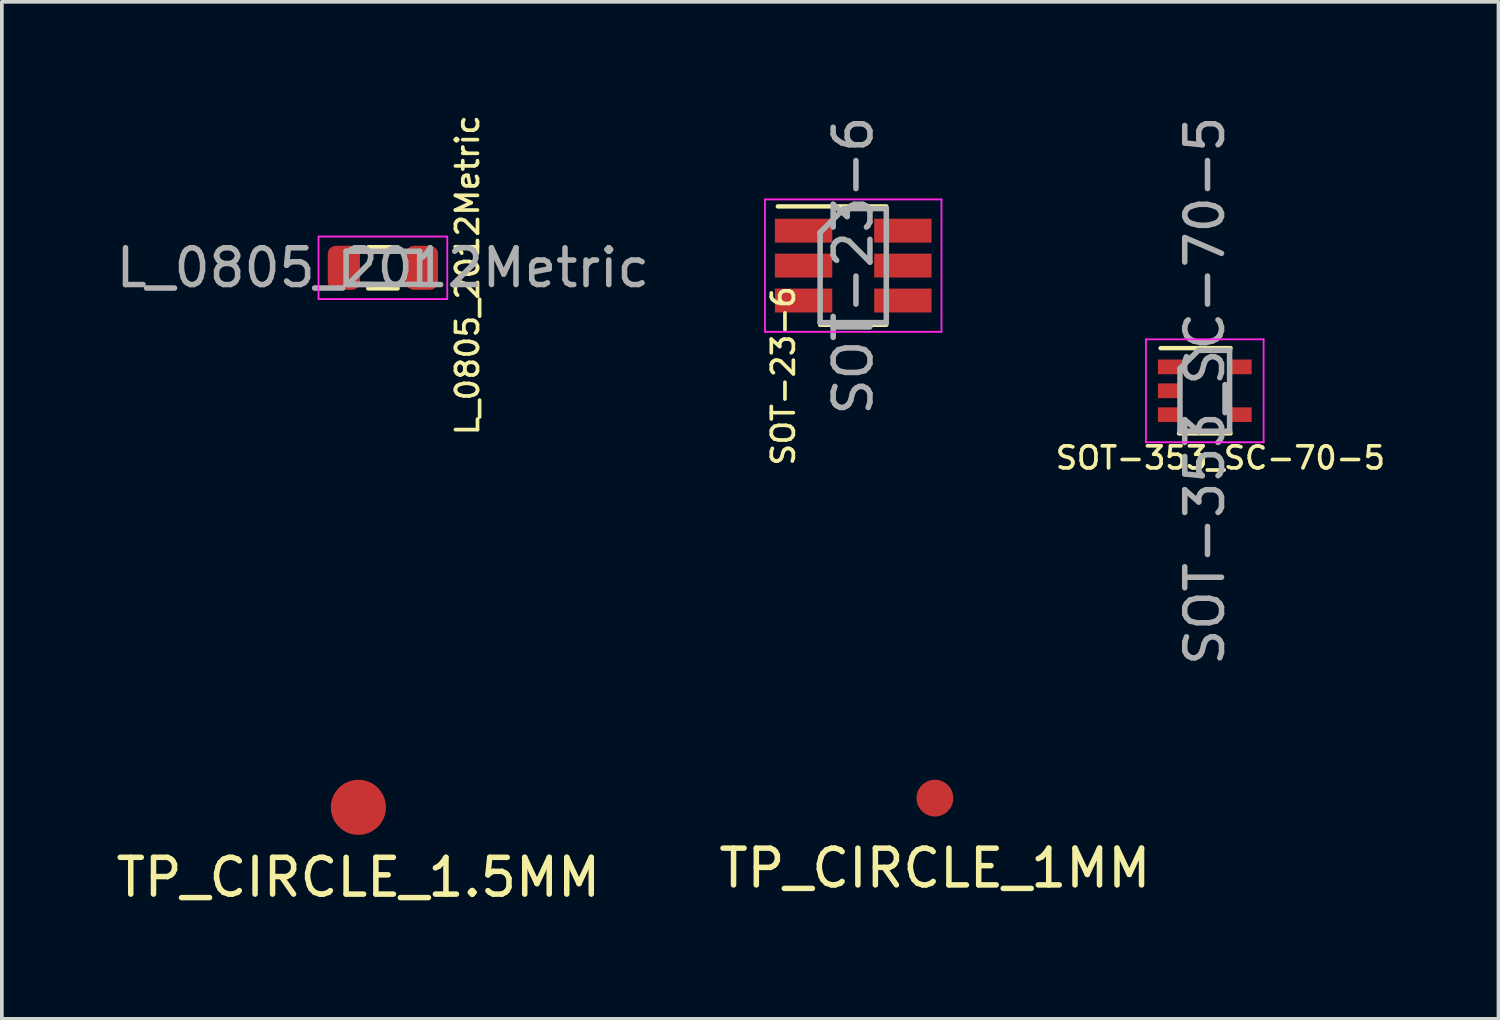
<source format=kicad_pcb>
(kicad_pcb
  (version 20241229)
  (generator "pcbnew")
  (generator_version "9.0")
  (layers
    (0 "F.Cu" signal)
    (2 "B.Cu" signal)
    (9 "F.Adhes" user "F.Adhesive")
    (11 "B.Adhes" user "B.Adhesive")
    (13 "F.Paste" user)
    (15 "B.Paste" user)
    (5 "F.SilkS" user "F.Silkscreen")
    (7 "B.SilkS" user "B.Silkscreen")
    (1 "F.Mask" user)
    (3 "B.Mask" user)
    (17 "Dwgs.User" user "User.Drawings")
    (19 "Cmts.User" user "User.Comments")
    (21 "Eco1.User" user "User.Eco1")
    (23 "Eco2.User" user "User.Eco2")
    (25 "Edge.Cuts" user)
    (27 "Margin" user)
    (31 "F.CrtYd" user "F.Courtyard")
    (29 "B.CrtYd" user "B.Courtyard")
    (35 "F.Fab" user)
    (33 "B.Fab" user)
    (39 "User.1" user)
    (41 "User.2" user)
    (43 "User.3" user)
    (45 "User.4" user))
  (footprint "TP_CIRCLE_1.5MM"
    (layer "F.Cu")
    (at 6.696 18.905)
    (property "Reference" "TP_CIRCLE_1.5MM" (at 0 1.905 0) (layer "F.SilkS") (effects (font (size 1 1) (thickness 0.15))))
    (attr through_hole)
    (pad "1" smd circle (at 0 0) (size 1.5 1.5) (layers "F.Cu" "F.Mask" "F.Paste")))
  (footprint "SOT-23-6"
    (layer "F.Cu")
    (at 20.153 4.173)
    (property "Reference" "SOT-23-6" (at -1.9 3 90) (layer "F.SilkS") (effects (font (size 0.6 0.6) (thickness 0.1))))
    (attr smd)
    (fp_line (start -0.9 1.61) (end 0.9 1.61) (stroke (width 0.12) (type solid)) (layer "F.SilkS"))
    (fp_line (start 0.9 -1.61) (end -2.05 -1.61) (stroke (width 0.12) (type solid)) (layer "F.SilkS"))
    (fp_line (start -2.4 -1.8) (end 2.4 -1.8) (stroke (width 0.05) (type solid)) (layer "F.CrtYd"))
    (fp_line (start -2.4 1.8) (end -2.4 -1.8) (stroke (width 0.05) (type solid)) (layer "F.CrtYd"))
    (fp_line (start 2.4 -1.8) (end 2.4 1.8) (stroke (width 0.05) (type solid)) (layer "F.CrtYd"))
    (fp_line (start 2.4 1.8) (end -2.4 1.8) (stroke (width 0.05) (type solid)) (layer "F.CrtYd"))
    (fp_line (start -0.9 -0.9) (end -0.9 1.55) (stroke (width 0.15) (type solid)) (layer "F.Fab"))
    (fp_line (start -0.9 -0.9) (end -0.25 -1.55) (stroke (width 0.15) (type solid)) (layer "F.Fab"))
    (fp_line (start 0.9 -1.55) (end -0.25 -1.55) (stroke (width 0.15) (type solid)) (layer "F.Fab"))
    (fp_line (start 0.9 -1.55) (end 0.9 1.55) (stroke (width 0.15) (type solid)) (layer "F.Fab"))
    (fp_line (start 0.9 1.55) (end -0.9 1.55) (stroke (width 0.15) (type solid)) (layer "F.Fab"))
    (fp_text user "${REFERENCE}" (at 0 0 270) (layer "F.Fab") (effects (font (size 1 1) (thickness 0.15))))
    (pad "1" smd rect (at -1.35 -0.95) (size 1.56 0.65) (layers "F.Cu" "F.Mask" "F.Paste"))
    (pad "2" smd rect (at -1.35 0) (size 1.56 0.65) (layers "F.Cu" "F.Mask" "F.Paste"))
    (pad "3" smd rect (at -1.35 0.95) (size 1.56 0.65) (layers "F.Cu" "F.Mask" "F.Paste"))
    (pad "4" smd rect (at 1.35 0.95) (size 1.56 0.65) (layers "F.Cu" "F.Mask" "F.Paste"))
    (pad "5" smd rect (at 1.35 0) (size 1.56 0.65) (layers "F.Cu" "F.Mask" "F.Paste"))
    (pad "6" smd rect (at 1.35 -0.95) (size 1.56 0.65) (layers "F.Cu" "F.Mask" "F.Paste")))
  (footprint "SOT-353_SC-70-5"
    (layer "F.Cu")
    (at 29.714 7.577)
    (property "Reference" "SOT-353_SC-70-5" (at 0.425 1.825 0) (layer "F.SilkS") (effects (font (size 0.6 0.6) (thickness 0.1))))
    (attr smd)
    (fp_line (start -0.7 1.16) (end 0.7 1.16) (stroke (width 0.12) (type solid)) (layer "F.SilkS"))
    (fp_line (start 0.7 -1.16) (end -1.2 -1.16) (stroke (width 0.12) (type solid)) (layer "F.SilkS"))
    (fp_line (start -1.6 -1.4) (end -1.6 1.4) (stroke (width 0.05) (type solid)) (layer "F.CrtYd"))
    (fp_line (start -1.6 -1.4) (end 1.6 -1.4) (stroke (width 0.05) (type solid)) (layer "F.CrtYd"))
    (fp_line (start -1.6 1.4) (end 1.6 1.4) (stroke (width 0.05) (type solid)) (layer "F.CrtYd"))
    (fp_line (start 1.6 1.4) (end 1.6 -1.4) (stroke (width 0.05) (type solid)) (layer "F.CrtYd"))
    (fp_line (start -0.675 -0.6) (end -0.675 1.1) (stroke (width 0.15) (type solid)) (layer "F.Fab"))
    (fp_line (start -0.175 -1.1) (end -0.675 -0.6) (stroke (width 0.15) (type solid)) (layer "F.Fab"))
    (fp_line (start 0.675 -1.1) (end -0.175 -1.1) (stroke (width 0.15) (type solid)) (layer "F.Fab"))
    (fp_line (start 0.675 -1.1) (end 0.675 1.1) (stroke (width 0.15) (type solid)) (layer "F.Fab"))
    (fp_line (start 0.675 1.1) (end -0.675 1.1) (stroke (width 0.15) (type solid)) (layer "F.Fab"))
    (fp_text user "${REFERENCE}" (at 0 0 90) (layer "F.Fab") (effects (font (size 1 1) (thickness 0.15))))
    (pad "1" smd rect (at -0.95 -0.65) (size 0.65 0.4) (layers "F.Cu" "F.Mask" "F.Paste"))
    (pad "2" smd rect (at -0.95 0) (size 0.65 0.4) (layers "F.Cu" "F.Mask" "F.Paste"))
    (pad "3" smd rect (at -0.95 0.65) (size 0.65 0.4) (layers "F.Cu" "F.Mask" "F.Paste"))
    (pad "4" smd rect (at 0.95 0.65) (size 0.65 0.4) (layers "F.Cu" "F.Mask" "F.Paste"))
    (pad "5" smd rect (at 0.95 -0.65) (size 0.65 0.4) (layers "F.Cu" "F.Mask" "F.Paste")))
  (footprint "L_0805_2012Metric"
    (layer "F.Cu")
    (at 7.363 4.233)
    (property "Reference" "L_0805_2012Metric" (at 2.3 0.2 270) (layer "F.SilkS") (effects (font (size 0.6 0.6) (thickness 0.1))))
    (attr smd)
    (fp_line (start -0.4 -0.56) (end 0.4 -0.56) (stroke (width 0.12) (type solid)) (layer "F.SilkS"))
    (fp_line (start -0.4 0.56) (end 0.4 0.56) (stroke (width 0.12) (type solid)) (layer "F.SilkS"))
    (fp_line (start -1.75 -0.85) (end 1.75 -0.85) (stroke (width 0.05) (type solid)) (layer "F.CrtYd"))
    (fp_line (start -1.75 0.85) (end -1.75 -0.85) (stroke (width 0.05) (type solid)) (layer "F.CrtYd"))
    (fp_line (start 1.75 -0.85) (end 1.75 0.85) (stroke (width 0.05) (type solid)) (layer "F.CrtYd"))
    (fp_line (start 1.75 0.85) (end -1.75 0.85) (stroke (width 0.05) (type solid)) (layer "F.CrtYd"))
    (fp_line (start -1 -0.45) (end 1 -0.45) (stroke (width 0.15) (type solid)) (layer "F.Fab"))
    (fp_line (start -1 0.45) (end -1 -0.45) (stroke (width 0.15) (type solid)) (layer "F.Fab"))
    (fp_line (start 1 -0.45) (end 1 0.45) (stroke (width 0.15) (type solid)) (layer "F.Fab"))
    (fp_line (start 1 0.45) (end -1 0.45) (stroke (width 0.15) (type solid)) (layer "F.Fab"))
    (fp_text user "${REFERENCE}" (at 0 0 180) (layer "F.Fab") (effects (font (size 1 1) (thickness 0.15))))
    (pad "1" smd roundrect (at -1.062 0) (size 0.875 1.2) (layers "F.Cu" "F.Mask" "F.Paste") (roundrect_rratio 0.25))
    (pad "2" smd roundrect (at 1.062 0) (size 0.875 1.2) (layers "F.Cu" "F.Mask" "F.Paste") (roundrect_rratio 0.25)))
  (footprint "TP_CIRCLE_1MM"
    (layer "F.Cu")
    (at 22.375 18.655)
    (property "Reference" "TP_CIRCLE_1MM" (at 0 1.905 0) (layer "F.SilkS") (effects (font (size 1 1) (thickness 0.15))))
    (attr through_hole)
    (pad "1" smd circle (at 0 0) (size 1 1) (layers "F.Cu" "F.Mask" "F.Paste")))
  (gr_rect
    (start -3 -3)
    (end 37.701 24.658)
    (stroke (width 0.1) (type default))
    (fill no)
    (layer "Edge.Cuts")))
</source>
